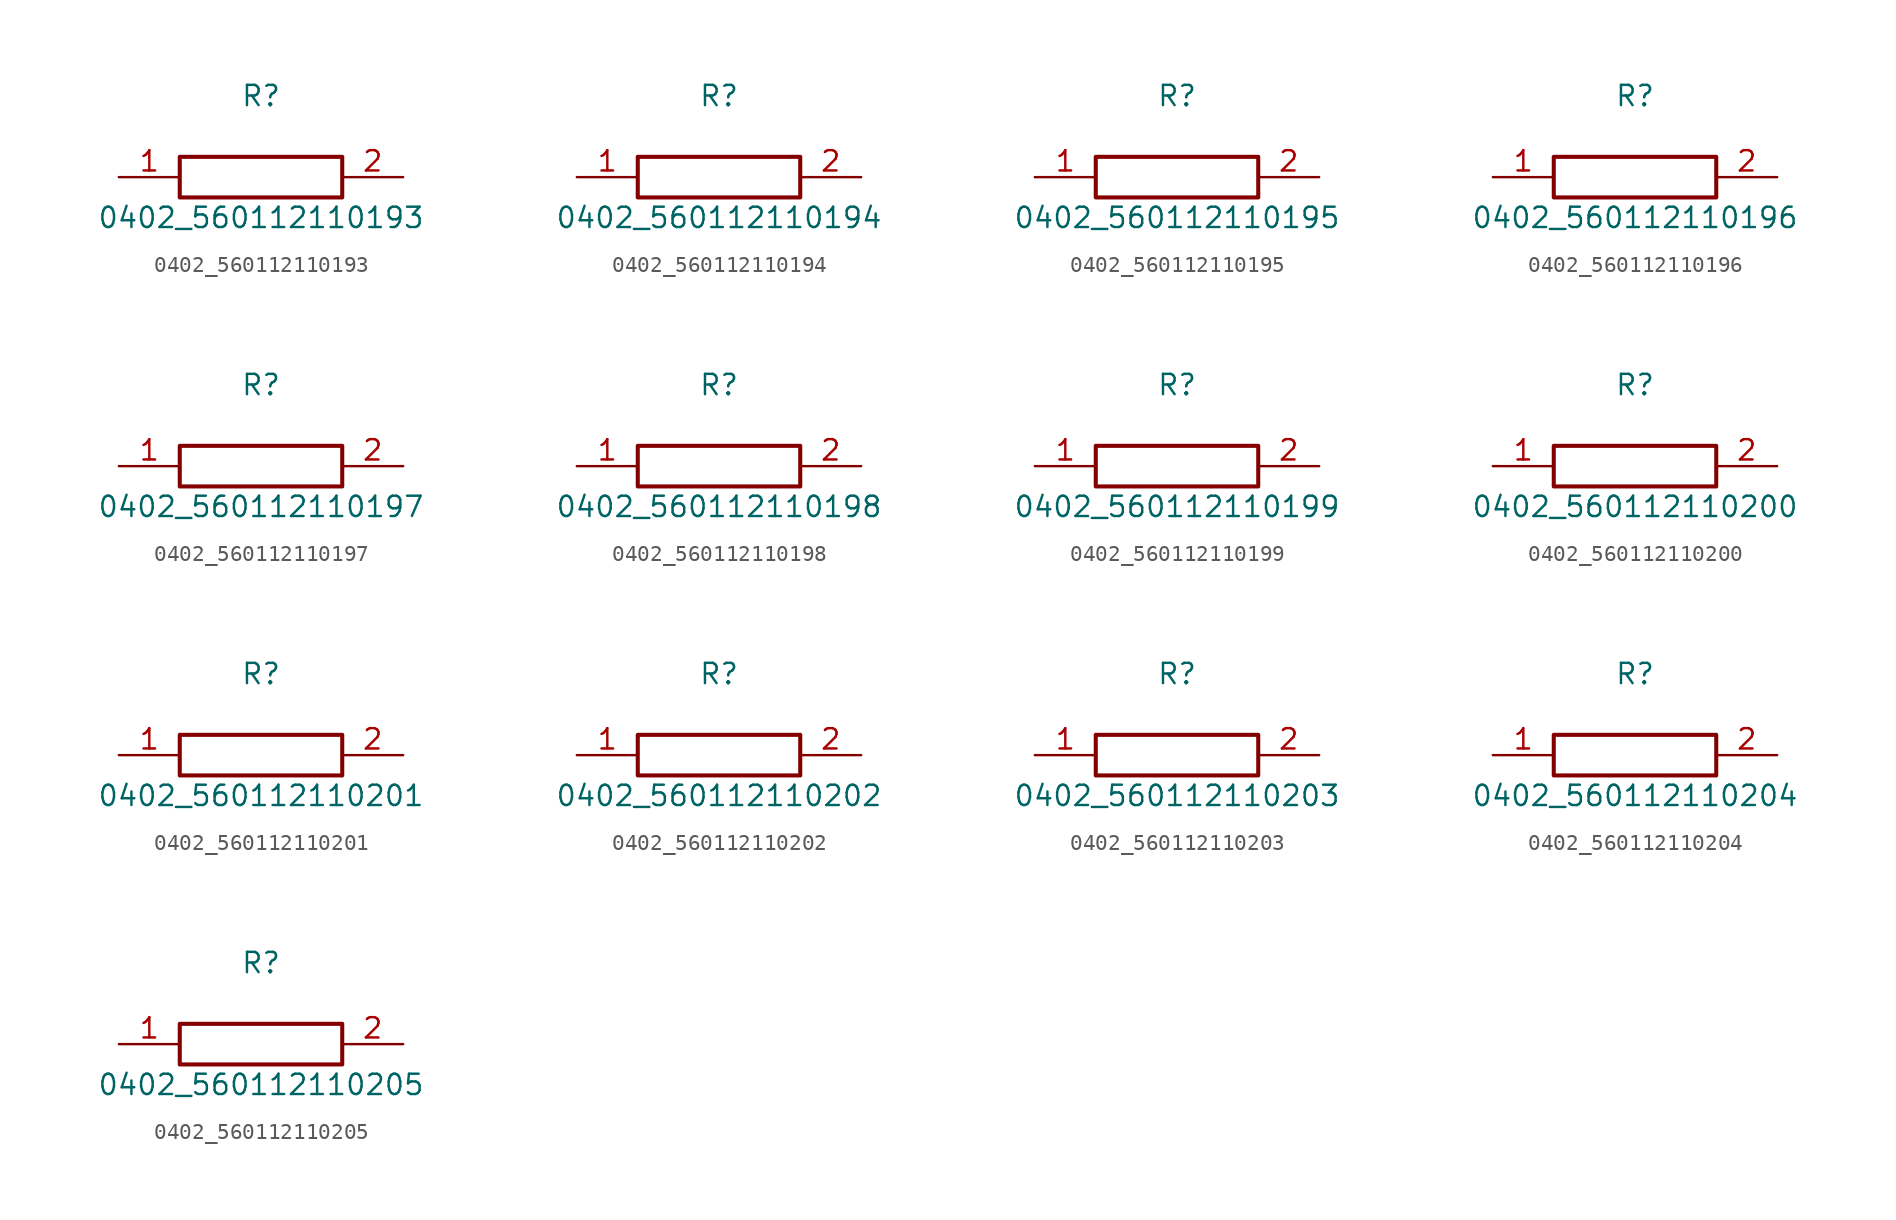
<source format=kicad_sym>
(kicad_symbol_lib
  (version 20211014)
  (generator kicad_symbol_editor)
  (symbol "Resistor_Wurth_WRIS-RSKS:0402_560112110193"
    (pin_names hide)
    (property "Reference" "R"
      (at 0 5.08 0)
      (effects (font (size 1.27 1.27))))
    (property "Value" "0402_560112110193"
      (at 0 -2.54 0)
      (effects (font (size 1.27 1.27))))
    (symbol "0402_560112110193_0_1"
      (rectangle (start -5.08 1.27) (end 5.08 -1.27) (stroke (width 0.254) (type solid)) (fill (type none)))
      (pin passive line (at -8.89 0 0) (length 3.81) (name "1" (effects (font (size 1.27 1.27)))) (number "1" (effects (font (size 1.27 1.27)))))
      (pin passive line (at 8.89 0 180) (length 3.81) (name "2" (effects (font (size 1.27 1.27)))) (number "2" (effects (font (size 1.27 1.27)))))))
  (symbol "Resistor_Wurth_WRIS-RSKS:0402_560112110194"
    (pin_names hide)
    (property "Reference" "R"
      (at 0 5.08 0)
      (effects (font (size 1.27 1.27))))
    (property "Value" "0402_560112110194"
      (at 0 -2.54 0)
      (effects (font (size 1.27 1.27))))
    (symbol "0402_560112110194_0_1"
      (rectangle (start -5.08 1.27) (end 5.08 -1.27) (stroke (width 0.254) (type solid)) (fill (type none)))
      (pin passive line (at -8.89 0 0) (length 3.81) (name "1" (effects (font (size 1.27 1.27)))) (number "1" (effects (font (size 1.27 1.27)))))
      (pin passive line (at 8.89 0 180) (length 3.81) (name "2" (effects (font (size 1.27 1.27)))) (number "2" (effects (font (size 1.27 1.27)))))))
  (symbol "Resistor_Wurth_WRIS-RSKS:0402_560112110195"
    (pin_names hide)
    (property "Reference" "R"
      (at 0 5.08 0)
      (effects (font (size 1.27 1.27))))
    (property "Value" "0402_560112110195"
      (at 0 -2.54 0)
      (effects (font (size 1.27 1.27))))
    (symbol "0402_560112110195_0_1"
      (rectangle (start -5.08 1.27) (end 5.08 -1.27) (stroke (width 0.254) (type solid)) (fill (type none)))
      (pin passive line (at -8.89 0 0) (length 3.81) (name "1" (effects (font (size 1.27 1.27)))) (number "1" (effects (font (size 1.27 1.27)))))
      (pin passive line (at 8.89 0 180) (length 3.81) (name "2" (effects (font (size 1.27 1.27)))) (number "2" (effects (font (size 1.27 1.27)))))))
  (symbol "Resistor_Wurth_WRIS-RSKS:0402_560112110196"
    (pin_names hide)
    (property "Reference" "R"
      (at 0 5.08 0)
      (effects (font (size 1.27 1.27))))
    (property "Value" "0402_560112110196"
      (at 0 -2.54 0)
      (effects (font (size 1.27 1.27))))
    (symbol "0402_560112110196_0_1"
      (rectangle (start -5.08 1.27) (end 5.08 -1.27) (stroke (width 0.254) (type solid)) (fill (type none)))
      (pin passive line (at -8.89 0 0) (length 3.81) (name "1" (effects (font (size 1.27 1.27)))) (number "1" (effects (font (size 1.27 1.27)))))
      (pin passive line (at 8.89 0 180) (length 3.81) (name "2" (effects (font (size 1.27 1.27)))) (number "2" (effects (font (size 1.27 1.27)))))))
  (symbol "Resistor_Wurth_WRIS-RSKS:0402_560112110197"
    (pin_names hide)
    (property "Reference" "R"
      (at 0 5.08 0)
      (effects (font (size 1.27 1.27))))
    (property "Value" "0402_560112110197"
      (at 0 -2.54 0)
      (effects (font (size 1.27 1.27))))
    (symbol "0402_560112110197_0_1"
      (rectangle (start -5.08 1.27) (end 5.08 -1.27) (stroke (width 0.254) (type solid)) (fill (type none)))
      (pin passive line (at -8.89 0 0) (length 3.81) (name "1" (effects (font (size 1.27 1.27)))) (number "1" (effects (font (size 1.27 1.27)))))
      (pin passive line (at 8.89 0 180) (length 3.81) (name "2" (effects (font (size 1.27 1.27)))) (number "2" (effects (font (size 1.27 1.27)))))))
  (symbol "Resistor_Wurth_WRIS-RSKS:0402_560112110198"
    (pin_names hide)
    (property "Reference" "R"
      (at 0 5.08 0)
      (effects (font (size 1.27 1.27))))
    (property "Value" "0402_560112110198"
      (at 0 -2.54 0)
      (effects (font (size 1.27 1.27))))
    (symbol "0402_560112110198_0_1"
      (rectangle (start -5.08 1.27) (end 5.08 -1.27) (stroke (width 0.254) (type solid)) (fill (type none)))
      (pin passive line (at -8.89 0 0) (length 3.81) (name "1" (effects (font (size 1.27 1.27)))) (number "1" (effects (font (size 1.27 1.27)))))
      (pin passive line (at 8.89 0 180) (length 3.81) (name "2" (effects (font (size 1.27 1.27)))) (number "2" (effects (font (size 1.27 1.27)))))))
  (symbol "Resistor_Wurth_WRIS-RSKS:0402_560112110199"
    (pin_names hide)
    (property "Reference" "R"
      (at 0 5.08 0)
      (effects (font (size 1.27 1.27))))
    (property "Value" "0402_560112110199"
      (at 0 -2.54 0)
      (effects (font (size 1.27 1.27))))
    (symbol "0402_560112110199_0_1"
      (rectangle (start -5.08 1.27) (end 5.08 -1.27) (stroke (width 0.254) (type solid)) (fill (type none)))
      (pin passive line (at -8.89 0 0) (length 3.81) (name "1" (effects (font (size 1.27 1.27)))) (number "1" (effects (font (size 1.27 1.27)))))
      (pin passive line (at 8.89 0 180) (length 3.81) (name "2" (effects (font (size 1.27 1.27)))) (number "2" (effects (font (size 1.27 1.27)))))))
  (symbol "Resistor_Wurth_WRIS-RSKS:0402_560112110200"
    (pin_names hide)
    (property "Reference" "R"
      (at 0 5.08 0)
      (effects (font (size 1.27 1.27))))
    (property "Value" "0402_560112110200"
      (at 0 -2.54 0)
      (effects (font (size 1.27 1.27))))
    (symbol "0402_560112110200_0_1"
      (rectangle (start -5.08 1.27) (end 5.08 -1.27) (stroke (width 0.254) (type solid)) (fill (type none)))
      (pin passive line (at -8.89 0 0) (length 3.81) (name "1" (effects (font (size 1.27 1.27)))) (number "1" (effects (font (size 1.27 1.27)))))
      (pin passive line (at 8.89 0 180) (length 3.81) (name "2" (effects (font (size 1.27 1.27)))) (number "2" (effects (font (size 1.27 1.27)))))))
  (symbol "Resistor_Wurth_WRIS-RSKS:0402_560112110201"
    (pin_names hide)
    (property "Reference" "R"
      (at 0 5.08 0)
      (effects (font (size 1.27 1.27))))
    (property "Value" "0402_560112110201"
      (at 0 -2.54 0)
      (effects (font (size 1.27 1.27))))
    (symbol "0402_560112110201_0_1"
      (rectangle (start -5.08 1.27) (end 5.08 -1.27) (stroke (width 0.254) (type solid)) (fill (type none)))
      (pin passive line (at -8.89 0 0) (length 3.81) (name "1" (effects (font (size 1.27 1.27)))) (number "1" (effects (font (size 1.27 1.27)))))
      (pin passive line (at 8.89 0 180) (length 3.81) (name "2" (effects (font (size 1.27 1.27)))) (number "2" (effects (font (size 1.27 1.27)))))))
  (symbol "Resistor_Wurth_WRIS-RSKS:0402_560112110202"
    (pin_names hide)
    (property "Reference" "R"
      (at 0 5.08 0)
      (effects (font (size 1.27 1.27))))
    (property "Value" "0402_560112110202"
      (at 0 -2.54 0)
      (effects (font (size 1.27 1.27))))
    (symbol "0402_560112110202_0_1"
      (rectangle (start -5.08 1.27) (end 5.08 -1.27) (stroke (width 0.254) (type solid)) (fill (type none)))
      (pin passive line (at -8.89 0 0) (length 3.81) (name "1" (effects (font (size 1.27 1.27)))) (number "1" (effects (font (size 1.27 1.27)))))
      (pin passive line (at 8.89 0 180) (length 3.81) (name "2" (effects (font (size 1.27 1.27)))) (number "2" (effects (font (size 1.27 1.27)))))))
  (symbol "Resistor_Wurth_WRIS-RSKS:0402_560112110203"
    (pin_names hide)
    (property "Reference" "R"
      (at 0 5.08 0)
      (effects (font (size 1.27 1.27))))
    (property "Value" "0402_560112110203"
      (at 0 -2.54 0)
      (effects (font (size 1.27 1.27))))
    (symbol "0402_560112110203_0_1"
      (rectangle (start -5.08 1.27) (end 5.08 -1.27) (stroke (width 0.254) (type solid)) (fill (type none)))
      (pin passive line (at -8.89 0 0) (length 3.81) (name "1" (effects (font (size 1.27 1.27)))) (number "1" (effects (font (size 1.27 1.27)))))
      (pin passive line (at 8.89 0 180) (length 3.81) (name "2" (effects (font (size 1.27 1.27)))) (number "2" (effects (font (size 1.27 1.27)))))))
  (symbol "Resistor_Wurth_WRIS-RSKS:0402_560112110204"
    (pin_names hide)
    (property "Reference" "R"
      (at 0 5.08 0)
      (effects (font (size 1.27 1.27))))
    (property "Value" "0402_560112110204"
      (at 0 -2.54 0)
      (effects (font (size 1.27 1.27))))
    (symbol "0402_560112110204_0_1"
      (rectangle (start -5.08 1.27) (end 5.08 -1.27) (stroke (width 0.254) (type solid)) (fill (type none)))
      (pin passive line (at -8.89 0 0) (length 3.81) (name "1" (effects (font (size 1.27 1.27)))) (number "1" (effects (font (size 1.27 1.27)))))
      (pin passive line (at 8.89 0 180) (length 3.81) (name "2" (effects (font (size 1.27 1.27)))) (number "2" (effects (font (size 1.27 1.27)))))))
  (symbol "Resistor_Wurth_WRIS-RSKS:0402_560112110205"
    (pin_names hide)
    (property "Reference" "R"
      (at 0 5.08 0)
      (effects (font (size 1.27 1.27))))
    (property "Value" "0402_560112110205"
      (at 0 -2.54 0)
      (effects (font (size 1.27 1.27))))
    (symbol "0402_560112110205_0_1"
      (rectangle (start -5.08 1.27) (end 5.08 -1.27) (stroke (width 0.254) (type solid)) (fill (type none)))
      (pin passive line (at -8.89 0 0) (length 3.81) (name "1" (effects (font (size 1.27 1.27)))) (number "1" (effects (font (size 1.27 1.27)))))
      (pin passive line (at 8.89 0 180) (length 3.81) (name "2" (effects (font (size 1.27 1.27)))) (number "2" (effects (font (size 1.27 1.27))))))))
</source>
